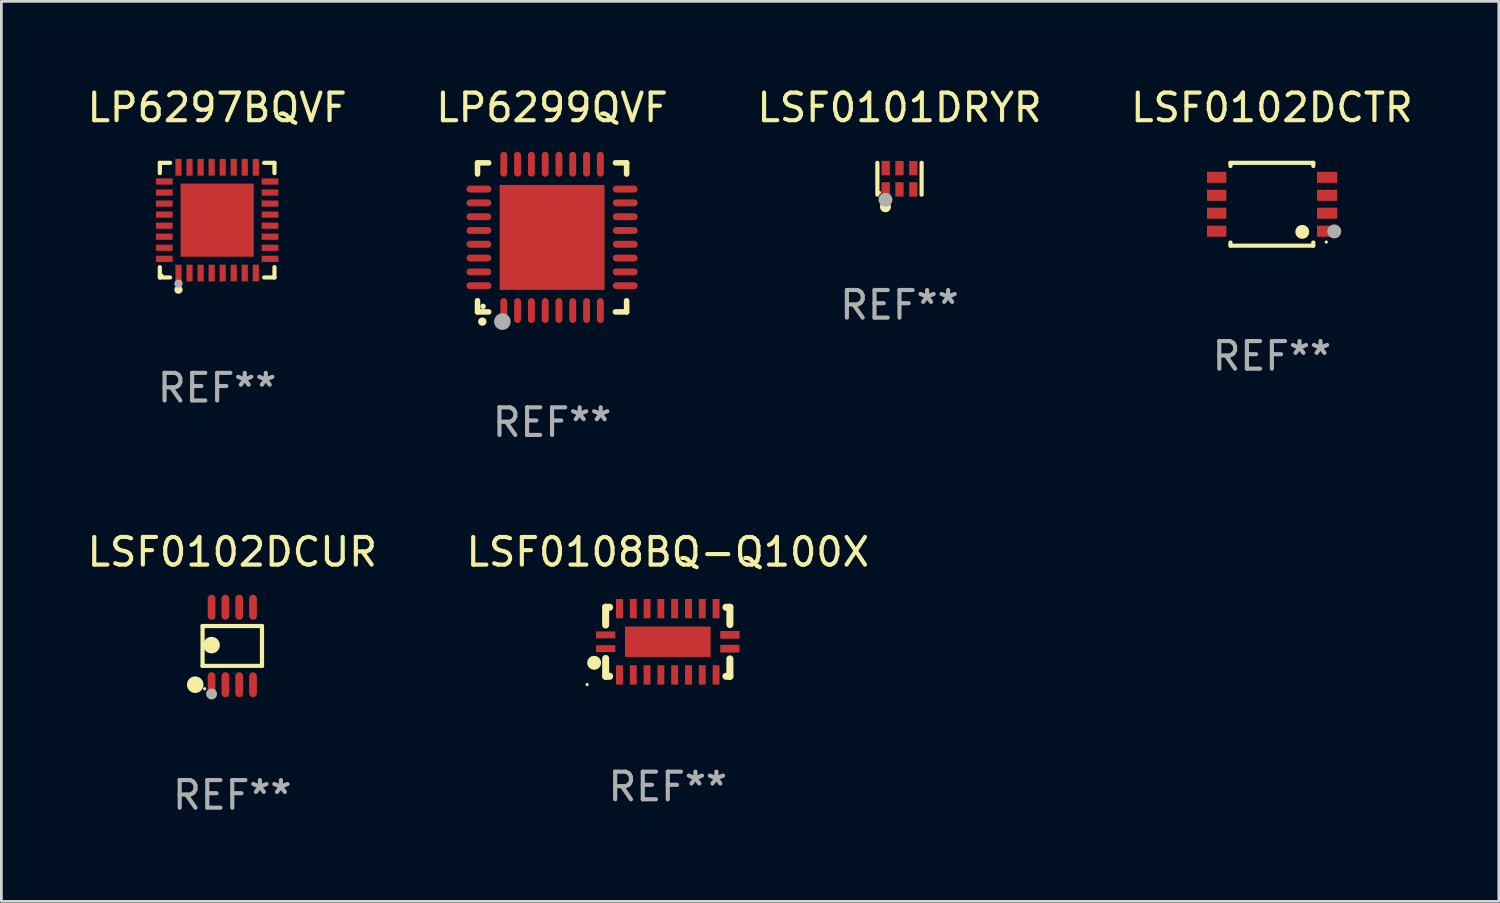
<source format=kicad_pcb>
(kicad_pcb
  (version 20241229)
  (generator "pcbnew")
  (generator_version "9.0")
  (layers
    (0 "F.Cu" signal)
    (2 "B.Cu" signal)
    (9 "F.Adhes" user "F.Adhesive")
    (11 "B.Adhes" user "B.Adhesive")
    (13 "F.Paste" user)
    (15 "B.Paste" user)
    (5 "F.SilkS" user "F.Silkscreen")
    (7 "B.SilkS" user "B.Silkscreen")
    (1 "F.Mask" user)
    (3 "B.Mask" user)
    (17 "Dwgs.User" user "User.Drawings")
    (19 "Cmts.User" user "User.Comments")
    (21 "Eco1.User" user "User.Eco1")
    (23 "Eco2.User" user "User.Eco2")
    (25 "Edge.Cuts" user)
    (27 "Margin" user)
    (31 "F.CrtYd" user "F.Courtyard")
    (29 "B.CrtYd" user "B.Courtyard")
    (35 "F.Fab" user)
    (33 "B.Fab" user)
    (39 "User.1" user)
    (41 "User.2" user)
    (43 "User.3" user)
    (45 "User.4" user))
  (footprint "LSF0102DCTR"
    (layer "F.Cu")
    (at 43.018 4.348)
    (property "Reference" "LSF0102DCTR" (at 0 -3.5 0) (layer "F.SilkS") (effects (font (size 1 1) (thickness 0.15))))
    (attr through_hole)
    (fp_line (start -1.5 -1.5) (end 1.5 -1.5) (stroke (width 0.15) (type solid)) (layer "F.SilkS"))
    (fp_line (start -1.5 -1.385) (end -1.5 -1.5) (stroke (width 0.15) (type solid)) (layer "F.SilkS"))
    (fp_line (start -1.5 1.5) (end -1.5 1.385) (stroke (width 0.15) (type solid)) (layer "F.SilkS"))
    (fp_line (start 1.5 -1.5) (end 1.5 -1.385) (stroke (width 0.15) (type solid)) (layer "F.SilkS"))
    (fp_line (start 1.5 1.385) (end 1.5 1.5) (stroke (width 0.15) (type solid)) (layer "F.SilkS"))
    (fp_line (start 1.5 1.5) (end -1.5 1.5) (stroke (width 0.15) (type solid)) (layer "F.SilkS"))
    (fp_circle (center 1.1 1) (end 1.227 1) (stroke (width 0.254) (type solid)) (fill no) (layer "F.SilkS"))
    (fp_circle (center 1.97 1.37) (end 2 1.37) (stroke (width 0.06) (type solid)) (fill no) (layer "F.SilkS"))
    (fp_circle (center 2.26 0.984) (end 2.387 0.984) (stroke (width 0.254) (type solid)) (fill no) (layer "F.Fab"))
    (fp_text user "REF**" (at 0 5.5 0) (layer "F.Fab") (effects (font (size 1 1) (thickness 0.15))))
    (pad "1" smd rect (at 2 0.975) (size 0.73 0.4) (layers "F.Cu" "F.Mask" "F.Paste"))
    (pad "2" smd rect (at 2 0.325) (size 0.73 0.4) (layers "F.Cu" "F.Mask" "F.Paste"))
    (pad "3" smd rect (at 2 -0.325) (size 0.73 0.4) (layers "F.Cu" "F.Mask" "F.Paste"))
    (pad "4" smd rect (at 2 -0.975) (size 0.73 0.4) (layers "F.Cu" "F.Mask" "F.Paste"))
    (pad "5" smd rect (at -2 -0.975) (size 0.7 0.4) (layers "F.Cu" "F.Mask" "F.Paste"))
    (pad "6" smd rect (at -2 -0.325) (size 0.7 0.4) (layers "F.Cu" "F.Mask" "F.Paste"))
    (pad "7" smd rect (at -2 0.325) (size 0.7 0.4) (layers "F.Cu" "F.Mask" "F.Paste"))
    (pad "8" smd rect (at -2 0.975) (size 0.7 0.4) (layers "F.Cu" "F.Mask" "F.Paste")))
  (footprint "LSF0101DRYR"
    (layer "F.Cu")
    (at 29.53 3.424)
    (property "Reference" "LSF0101DRYR" (at 0 -2.576 0) (layer "F.SilkS") (effects (font (size 1 1) (thickness 0.15))))
    (attr through_hole)
    (fp_line (start -0.801 0.576) (end -0.801 -0.576) (stroke (width 0.152) (type solid)) (layer "F.SilkS"))
    (fp_line (start 0.801 -0.576) (end 0.801 0.576) (stroke (width 0.152) (type solid)) (layer "F.SilkS"))
    (fp_circle (center -0.725 0.5) (end -0.695 0.5) (stroke (width 0.06) (type solid)) (fill no) (layer "F.SilkS"))
    (fp_circle (center -0.508 1.016) (end -0.408 1.016) (stroke (width 0.2) (type solid)) (fill no) (layer "F.SilkS"))
    (fp_circle (center -0.508 0.762) (end -0.381 0.762) (stroke (width 0.254) (type solid)) (fill no) (layer "F.Fab"))
    (fp_text user "REF**" (at 0 4.576 0) (layer "F.Fab") (effects (font (size 1 1) (thickness 0.15))))
    (pad "1" smd rect (at -0.5 0.385) (size 0.3 0.52) (layers "F.Cu" "F.Mask" "F.Paste"))
    (pad "2" smd rect (at 0 0.385) (size 0.3 0.52) (layers "F.Cu" "F.Mask" "F.Paste"))
    (pad "3" smd rect (at 0.5 0.385) (size 0.3 0.52) (layers "F.Cu" "F.Mask" "F.Paste"))
    (pad "4" smd rect (at 0.5 -0.385) (size 0.3 0.52) (layers "F.Cu" "F.Mask" "F.Paste"))
    (pad "5" smd rect (at 0 -0.385) (size 0.3 0.52) (layers "F.Cu" "F.Mask" "F.Paste"))
    (pad "6" smd rect (at -0.5 -0.385) (size 0.3 0.52) (layers "F.Cu" "F.Mask" "F.Paste")))
  (footprint "LSF0102DCUR"
    (layer "F.Cu")
    (at 5.363 20.347)
    (property "Reference" "LSF0102DCUR" (at 0 -3.403 0) (layer "F.SilkS") (effects (font (size 1 1) (thickness 0.15))))
    (attr through_hole)
    (fp_line (start -1.076 -0.721) (end 1.076 -0.721) (stroke (width 0.152) (type solid)) (layer "F.SilkS"))
    (fp_line (start -1.076 0.721) (end -1.076 -0.721) (stroke (width 0.152) (type solid)) (layer "F.SilkS"))
    (fp_line (start 1.076 -0.721) (end 1.076 0.721) (stroke (width 0.152) (type solid)) (layer "F.SilkS"))
    (fp_line (start 1.076 0.721) (end -1.076 0.721) (stroke (width 0.152) (type solid)) (layer "F.SilkS"))
    (fp_circle (center -1.342 1.403) (end -1.192 1.403) (stroke (width 0.3) (type solid)) (fill no) (layer "F.SilkS"))
    (fp_circle (center -1 1.55) (end -0.97 1.55) (stroke (width 0.06) (type solid)) (fill no) (layer "F.SilkS"))
    (fp_circle (center -0.75 -0.031) (end -0.6 -0.031) (stroke (width 0.3) (type solid)) (fill no) (layer "F.SilkS"))
    (fp_circle (center -0.75 1.74) (end -0.65 1.74) (stroke (width 0.2) (type solid)) (fill no) (layer "F.Fab"))
    (fp_text user "REF**" (at 0 5.403 0) (layer "F.Fab") (effects (font (size 1 1) (thickness 0.15))))
    (pad "1" smd oval (at -0.75 1.403) (size 0.28 0.905) (layers "F.Cu" "F.Mask" "F.Paste"))
    (pad "2" smd oval (at -0.25 1.403) (size 0.28 0.905) (layers "F.Cu" "F.Mask" "F.Paste"))
    (pad "3" smd oval (at 0.25 1.403) (size 0.28 0.905) (layers "F.Cu" "F.Mask" "F.Paste"))
    (pad "4" smd oval (at 0.75 1.403) (size 0.28 0.905) (layers "F.Cu" "F.Mask" "F.Paste"))
    (pad "5" smd oval (at 0.75 -1.403) (size 0.28 0.905) (layers "F.Cu" "F.Mask" "F.Paste"))
    (pad "6" smd oval (at 0.25 -1.403) (size 0.28 0.905) (layers "F.Cu" "F.Mask" "F.Paste"))
    (pad "7" smd oval (at -0.25 -1.403) (size 0.28 0.905) (layers "F.Cu" "F.Mask" "F.Paste"))
    (pad "8" smd oval (at -0.75 -1.403) (size 0.28 0.905) (layers "F.Cu" "F.Mask" "F.Paste")))
  (footprint "LP6299QVF"
    (layer "F.Cu")
    (at 16.946 5.548)
    (property "Reference" "LP6299QVF" (at 0 -4.7 0) (layer "F.SilkS") (effects (font (size 1 1) (thickness 0.15))))
    (attr through_hole)
    (fp_line (start -2.7 -2.7) (end -2.295 -2.7) (stroke (width 0.2) (type solid)) (layer "F.SilkS"))
    (fp_line (start -2.7 -2.295) (end -2.7 -2.7) (stroke (width 0.2) (type solid)) (layer "F.SilkS"))
    (fp_line (start -2.7 2.7) (end -2.7 2.295) (stroke (width 0.2) (type solid)) (layer "F.SilkS"))
    (fp_line (start -2.295 2.7) (end -2.7 2.7) (stroke (width 0.2) (type solid)) (layer "F.SilkS"))
    (fp_line (start 2.295 2.7) (end 2.7 2.7) (stroke (width 0.2) (type solid)) (layer "F.SilkS"))
    (fp_line (start 2.7 -2.7) (end 2.295 -2.7) (stroke (width 0.2) (type solid)) (layer "F.SilkS"))
    (fp_line (start 2.7 -2.295) (end 2.7 -2.7) (stroke (width 0.2) (type solid)) (layer "F.SilkS"))
    (fp_line (start 2.7 2.7) (end 2.7 2.295) (stroke (width 0.2) (type solid)) (layer "F.SilkS"))
    (fp_arc (start -2.527889 3.050546) (mid -2.526619 3.050541) (end -2.525349 3.050546) (stroke (width 0.3) (type solid)) (layer "F.SilkS"))
    (fp_circle (center -2.5 2.5) (end -2.45 2.5) (stroke (width 0.1) (type solid)) (fill no) (layer "F.SilkS"))
    (fp_circle (center -1.8 3.05) (end -1.65 3.05) (stroke (width 0.3) (type solid)) (fill no) (layer "F.Fab"))
    (fp_text user "REF**" (at 0 6.7 0) (layer "F.Fab") (effects (font (size 1 1) (thickness 0.15))))
    (pad "1" smd oval (at -1.75 2.65) (size 0.25 0.9) (layers "F.Cu" "F.Mask" "F.Paste"))
    (pad "2" smd oval (at -1.25 2.65) (size 0.25 0.9) (layers "F.Cu" "F.Mask" "F.Paste"))
    (pad "3" smd oval (at -0.749 2.65) (size 0.25 0.9) (layers "F.Cu" "F.Mask" "F.Paste"))
    (pad "4" smd oval (at -0.249 2.65) (size 0.25 0.9) (layers "F.Cu" "F.Mask" "F.Paste"))
    (pad "5" smd oval (at 0.249 2.65) (size 0.25 0.9) (layers "F.Cu" "F.Mask" "F.Paste"))
    (pad "6" smd oval (at 0.749 2.65) (size 0.25 0.9) (layers "F.Cu" "F.Mask" "F.Paste"))
    (pad "7" smd oval (at 1.25 2.65) (size 0.25 0.9) (layers "F.Cu" "F.Mask" "F.Paste"))
    (pad "8" smd oval (at 1.75 2.65) (size 0.25 0.9) (layers "F.Cu" "F.Mask" "F.Paste"))
    (pad "9" smd oval (at 2.65 1.75) (size 0.9 0.25) (layers "F.Cu" "F.Mask" "F.Paste"))
    (pad "10" smd oval (at 2.65 1.25) (size 0.9 0.25) (layers "F.Cu" "F.Mask" "F.Paste"))
    (pad "11" smd oval (at 2.65 0.749) (size 0.9 0.25) (layers "F.Cu" "F.Mask" "F.Paste"))
    (pad "12" smd oval (at 2.65 0.249) (size 0.9 0.25) (layers "F.Cu" "F.Mask" "F.Paste"))
    (pad "13" smd oval (at 2.65 -0.249) (size 0.9 0.25) (layers "F.Cu" "F.Mask" "F.Paste"))
    (pad "14" smd oval (at 2.65 -0.749) (size 0.9 0.25) (layers "F.Cu" "F.Mask" "F.Paste"))
    (pad "15" smd oval (at 2.65 -1.25) (size 0.9 0.25) (layers "F.Cu" "F.Mask" "F.Paste"))
    (pad "16" smd oval (at 2.65 -1.75) (size 0.9 0.25) (layers "F.Cu" "F.Mask" "F.Paste"))
    (pad "17" smd oval (at 1.75 -2.65) (size 0.25 0.9) (layers "F.Cu" "F.Mask" "F.Paste"))
    (pad "18" smd oval (at 1.25 -2.65) (size 0.25 0.9) (layers "F.Cu" "F.Mask" "F.Paste"))
    (pad "19" smd oval (at 0.749 -2.65) (size 0.25 0.9) (layers "F.Cu" "F.Mask" "F.Paste"))
    (pad "20" smd oval (at 0.249 -2.65) (size 0.25 0.9) (layers "F.Cu" "F.Mask" "F.Paste"))
    (pad "21" smd oval (at -0.249 -2.65) (size 0.25 0.9) (layers "F.Cu" "F.Mask" "F.Paste"))
    (pad "22" smd oval (at -0.749 -2.65) (size 0.25 0.9) (layers "F.Cu" "F.Mask" "F.Paste"))
    (pad "23" smd oval (at -1.25 -2.65) (size 0.25 0.9) (layers "F.Cu" "F.Mask" "F.Paste"))
    (pad "24" smd oval (at -1.75 -2.65) (size 0.25 0.9) (layers "F.Cu" "F.Mask" "F.Paste"))
    (pad "25" smd oval (at -2.65 -1.75) (size 0.9 0.25) (layers "F.Cu" "F.Mask" "F.Paste"))
    (pad "26" smd oval (at -2.65 -1.25) (size 0.9 0.25) (layers "F.Cu" "F.Mask" "F.Paste"))
    (pad "27" smd oval (at -2.65 -0.749) (size 0.9 0.25) (layers "F.Cu" "F.Mask" "F.Paste"))
    (pad "28" smd oval (at -2.65 -0.249) (size 0.9 0.25) (layers "F.Cu" "F.Mask" "F.Paste"))
    (pad "29" smd oval (at -2.65 0.249) (size 0.9 0.25) (layers "F.Cu" "F.Mask" "F.Paste"))
    (pad "30" smd oval (at -2.65 0.749) (size 0.9 0.25) (layers "F.Cu" "F.Mask" "F.Paste"))
    (pad "31" smd oval (at -2.65 1.25) (size 0.9 0.25) (layers "F.Cu" "F.Mask" "F.Paste"))
    (pad "32" smd oval (at -2.65 1.75) (size 0.9 0.25) (layers "F.Cu" "F.Mask" "F.Paste"))
    (pad "33" smd rect (at 0.000076 0.000076) (size 3.8 3.8) (layers "F.Cu" "F.Mask" "F.Paste")))
  (footprint "LSF0108BQ-Q100X"
    (layer "F.Cu")
    (at 21.137 20.195)
    (property "Reference" "LSF0108BQ-Q100X" (at 0 -3.25 0) (layer "F.SilkS") (effects (font (size 1 1) (thickness 0.15))))
    (attr through_hole)
    (fp_line (start -2.25 0.605) (end -2.25 1.25) (stroke (width 0.254) (type solid)) (layer "F.SilkS"))
    (fp_line (start -2.25 1.25) (end -2.107 1.25) (stroke (width 0.254) (type solid)) (layer "F.SilkS"))
    (fp_line (start -2.25 -1.25) (end -2.25 -0.606) (stroke (width 0.254) (type solid)) (layer "F.SilkS"))
    (fp_line (start -2.25 -1.25) (end -2.107 -1.25) (stroke (width 0.254) (type solid)) (layer "F.SilkS"))
    (fp_line (start 2.107 -1.25) (end 2.25 -1.25) (stroke (width 0.254) (type solid)) (layer "F.SilkS"))
    (fp_line (start 2.107 1.25) (end 2.25 1.25) (stroke (width 0.254) (type solid)) (layer "F.SilkS"))
    (fp_line (start 2.25 -1.25) (end 2.25 -0.622) (stroke (width 0.254) (type solid)) (layer "F.SilkS"))
    (fp_line (start 2.25 0.62) (end 2.25 1.25) (stroke (width 0.254) (type solid)) (layer "F.SilkS"))
    (fp_circle (center -2.921 1.55) (end -2.891 1.55) (stroke (width 0.06) (type solid)) (fill no) (layer "F.SilkS"))
    (fp_circle (center -2.667 0.762) (end -2.54 0.762) (stroke (width 0.254) (type solid)) (fill no) (layer "F.SilkS"))
    (fp_text user "REF**" (at 0 5.25 0) (layer "F.Fab") (effects (font (size 1 1) (thickness 0.15))))
    (pad "1" smd rect (at -2.25 0.25 180) (size 0.7 0.25) (layers "F.Cu" "F.Mask" "F.Paste"))
    (pad "2" smd rect (at -1.75 1.2 90) (size 0.7 0.25) (layers "F.Cu" "F.Mask" "F.Paste"))
    (pad "3" smd rect (at -1.25 1.2 90) (size 0.7 0.25) (layers "F.Cu" "F.Mask" "F.Paste"))
    (pad "4" smd rect (at -0.751 1.2 90) (size 0.7 0.25) (layers "F.Cu" "F.Mask" "F.Paste"))
    (pad "5" smd rect (at -0.25 1.2 90) (size 0.7 0.25) (layers "F.Cu" "F.Mask" "F.Paste"))
    (pad "6" smd rect (at 0.25 1.2 90) (size 0.7 0.25) (layers "F.Cu" "F.Mask" "F.Paste"))
    (pad "7" smd rect (at 0.751 1.2 90) (size 0.7 0.25) (layers "F.Cu" "F.Mask" "F.Paste"))
    (pad "8" smd rect (at 1.25 1.2 90) (size 0.7 0.25) (layers "F.Cu" "F.Mask" "F.Paste"))
    (pad "9" smd rect (at 1.75 1.2 90) (size 0.7 0.25) (layers "F.Cu" "F.Mask" "F.Paste"))
    (pad "10" smd rect (at 2.25 0.25 180) (size 0.7 0.28) (layers "F.Cu" "F.Mask" "F.Paste"))
    (pad "11" smd rect (at 2.25 -0.251 180) (size 0.7 0.28) (layers "F.Cu" "F.Mask" "F.Paste"))
    (pad "12" smd rect (at 1.75 -1.2 90) (size 0.7 0.25) (layers "F.Cu" "F.Mask" "F.Paste"))
    (pad "13" smd rect (at 1.25 -1.2 90) (size 0.7 0.25) (layers "F.Cu" "F.Mask" "F.Paste"))
    (pad "14" smd rect (at 0.751 -1.2 90) (size 0.7 0.25) (layers "F.Cu" "F.Mask" "F.Paste"))
    (pad "15" smd rect (at 0.25 -1.2 90) (size 0.7 0.25) (layers "F.Cu" "F.Mask" "F.Paste"))
    (pad "16" smd rect (at -0.25 -1.2 90) (size 0.7 0.25) (layers "F.Cu" "F.Mask" "F.Paste"))
    (pad "17" smd rect (at -0.751 -1.2 90) (size 0.7 0.25) (layers "F.Cu" "F.Mask" "F.Paste"))
    (pad "18" smd rect (at -1.25 -1.2 90) (size 0.7 0.25) (layers "F.Cu" "F.Mask" "F.Paste"))
    (pad "19" smd rect (at -1.75 -1.2 90) (size 0.7 0.25) (layers "F.Cu" "F.Mask" "F.Paste"))
    (pad "20" smd rect (at -2.25 -0.25 180) (size 0.7 0.25) (layers "F.Cu" "F.Mask" "F.Paste"))
    (pad "21" smd rect (at 0 -0.001 180) (size 3.1 1.1) (layers "F.Cu" "F.Mask" "F.Paste")))
  (footprint "LP6297BQVF"
    (layer "F.Cu")
    (at 4.815 4.924)
    (property "Reference" "LP6297BQVF" (at 0 -4.076 0) (layer "F.SilkS") (effects (font (size 1 1) (thickness 0.15))))
    (attr through_hole)
    (fp_line (start -2.076 -2.076) (end -1.703 -2.076) (stroke (width 0.152) (type solid)) (layer "F.SilkS"))
    (fp_line (start -2.076 -1.703) (end -2.076 -2.076) (stroke (width 0.152) (type solid)) (layer "F.SilkS"))
    (fp_line (start -2.076 1.703) (end -2.076 2.076) (stroke (width 0.152) (type solid)) (layer "F.SilkS"))
    (fp_line (start -2.076 2.076) (end -1.703 2.076) (stroke (width 0.152) (type solid)) (layer "F.SilkS"))
    (fp_line (start 2.076 -2.076) (end 1.703 -2.076) (stroke (width 0.152) (type solid)) (layer "F.SilkS"))
    (fp_line (start 2.076 -1.703) (end 2.076 -2.076) (stroke (width 0.152) (type solid)) (layer "F.SilkS"))
    (fp_line (start 2.076 1.703) (end 2.076 2.076) (stroke (width 0.152) (type solid)) (layer "F.SilkS"))
    (fp_line (start 2.076 2.076) (end 1.703 2.076) (stroke (width 0.152) (type solid)) (layer "F.SilkS"))
    (fp_circle (center -2 2) (end -1.97 2) (stroke (width 0.06) (type solid)) (fill no) (layer "F.SilkS"))
    (fp_circle (center -1.4 2.518) (end -1.325 2.518) (stroke (width 0.15) (type solid)) (fill no) (layer "F.SilkS"))
    (fp_circle (center -1.4 2.3) (end -1.325 2.3) (stroke (width 0.15) (type solid)) (fill no) (layer "F.Fab"))
    (fp_text user "REF**" (at 0 6.076 0) (layer "F.Fab") (effects (font (size 1 1) (thickness 0.15))))
    (pad "1" smd rect (at -1.4 1.915) (size 0.224 0.606) (layers "F.Cu" "F.Mask" "F.Paste"))
    (pad "2" smd rect (at -1 1.915) (size 0.224 0.606) (layers "F.Cu" "F.Mask" "F.Paste"))
    (pad "3" smd rect (at -0.6 1.915) (size 0.224 0.606) (layers "F.Cu" "F.Mask" "F.Paste"))
    (pad "4" smd rect (at -0.2 1.915) (size 0.224 0.606) (layers "F.Cu" "F.Mask" "F.Paste"))
    (pad "5" smd rect (at 0.2 1.915) (size 0.224 0.606) (layers "F.Cu" "F.Mask" "F.Paste"))
    (pad "6" smd rect (at 0.6 1.915) (size 0.224 0.606) (layers "F.Cu" "F.Mask" "F.Paste"))
    (pad "7" smd rect (at 1 1.915) (size 0.224 0.606) (layers "F.Cu" "F.Mask" "F.Paste"))
    (pad "8" smd rect (at 1.4 1.915) (size 0.224 0.606) (layers "F.Cu" "F.Mask" "F.Paste"))
    (pad "9" smd rect (at 1.915 1.4) (size 0.606 0.224) (layers "F.Cu" "F.Mask" "F.Paste"))
    (pad "10" smd rect (at 1.915 1) (size 0.606 0.224) (layers "F.Cu" "F.Mask" "F.Paste"))
    (pad "11" smd rect (at 1.915 0.6) (size 0.606 0.224) (layers "F.Cu" "F.Mask" "F.Paste"))
    (pad "12" smd rect (at 1.915 0.2) (size 0.606 0.224) (layers "F.Cu" "F.Mask" "F.Paste"))
    (pad "13" smd rect (at 1.915 -0.2) (size 0.606 0.224) (layers "F.Cu" "F.Mask" "F.Paste"))
    (pad "14" smd rect (at 1.915 -0.6) (size 0.606 0.224) (layers "F.Cu" "F.Mask" "F.Paste"))
    (pad "15" smd rect (at 1.915 -1) (size 0.606 0.224) (layers "F.Cu" "F.Mask" "F.Paste"))
    (pad "16" smd rect (at 1.915 -1.4) (size 0.606 0.224) (layers "F.Cu" "F.Mask" "F.Paste"))
    (pad "17" smd rect (at 1.4 -1.915) (size 0.224 0.606) (layers "F.Cu" "F.Mask" "F.Paste"))
    (pad "18" smd rect (at 1 -1.915) (size 0.224 0.606) (layers "F.Cu" "F.Mask" "F.Paste"))
    (pad "19" smd rect (at 0.6 -1.915) (size 0.224 0.606) (layers "F.Cu" "F.Mask" "F.Paste"))
    (pad "20" smd rect (at 0.2 -1.915) (size 0.224 0.606) (layers "F.Cu" "F.Mask" "F.Paste"))
    (pad "21" smd rect (at -0.2 -1.915) (size 0.224 0.606) (layers "F.Cu" "F.Mask" "F.Paste"))
    (pad "22" smd rect (at -0.6 -1.915) (size 0.224 0.606) (layers "F.Cu" "F.Mask" "F.Paste"))
    (pad "23" smd rect (at -1 -1.915) (size 0.224 0.606) (layers "F.Cu" "F.Mask" "F.Paste"))
    (pad "24" smd rect (at -1.4 -1.915) (size 0.224 0.606) (layers "F.Cu" "F.Mask" "F.Paste"))
    (pad "25" smd rect (at -1.915 -1.4) (size 0.606 0.224) (layers "F.Cu" "F.Mask" "F.Paste"))
    (pad "26" smd rect (at -1.915 -1) (size 0.606 0.224) (layers "F.Cu" "F.Mask" "F.Paste"))
    (pad "27" smd rect (at -1.915 -0.6) (size 0.606 0.224) (layers "F.Cu" "F.Mask" "F.Paste"))
    (pad "28" smd rect (at -1.915 -0.2) (size 0.606 0.224) (layers "F.Cu" "F.Mask" "F.Paste"))
    (pad "29" smd rect (at -1.915 0.2) (size 0.606 0.224) (layers "F.Cu" "F.Mask" "F.Paste"))
    (pad "30" smd rect (at -1.915 0.6) (size 0.606 0.224) (layers "F.Cu" "F.Mask" "F.Paste"))
    (pad "31" smd rect (at -1.915 1) (size 0.606 0.224) (layers "F.Cu" "F.Mask" "F.Paste"))
    (pad "32" smd rect (at -1.915 1.4) (size 0.606 0.224) (layers "F.Cu" "F.Mask" "F.Paste"))
    (pad "33" smd rect (at 0 0) (size 2.65 2.65) (layers "F.Cu" "F.Mask" "F.Paste")))
  (gr_rect
    (start -3 -3)
    (end 51.238 29.598)
    (stroke (width 0.1) (type default))
    (fill no)
    (layer "Edge.Cuts")))
</source>
